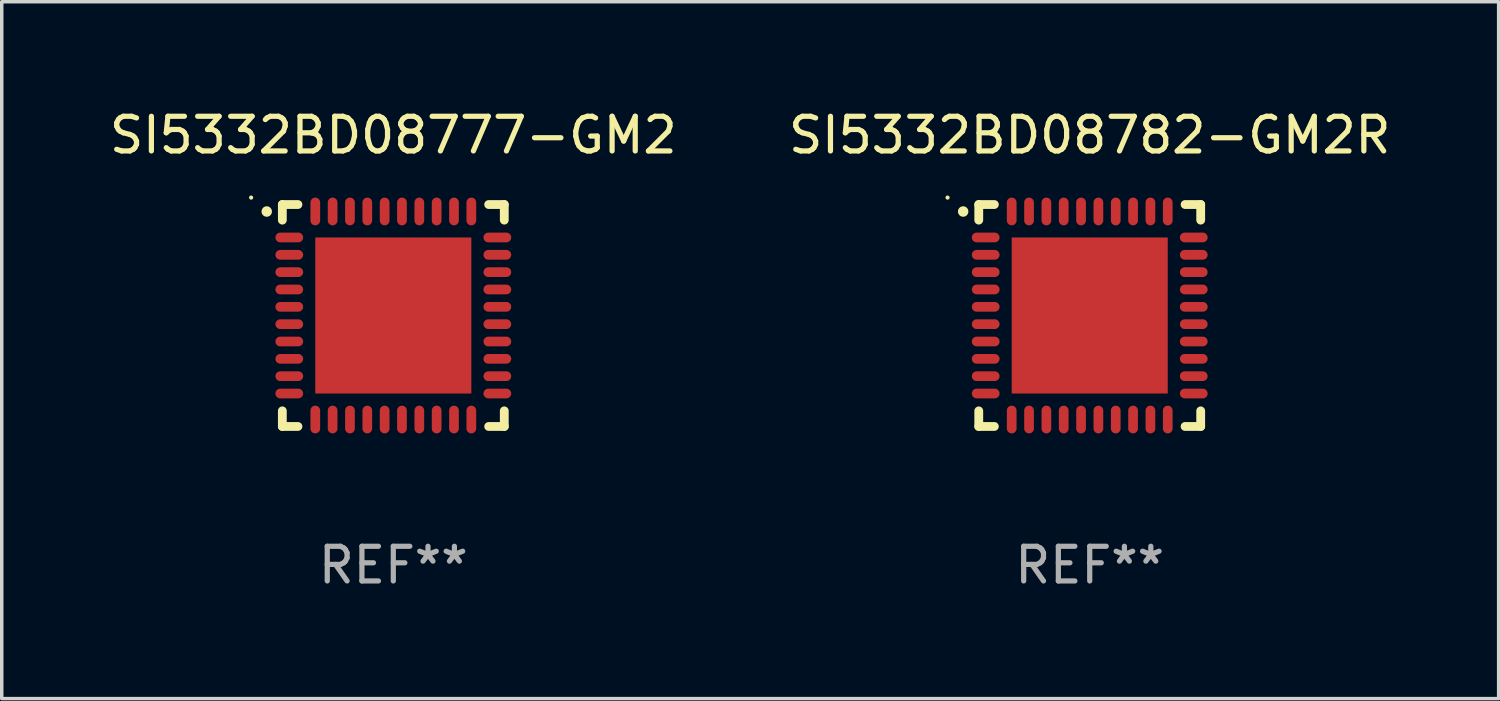
<source format=kicad_pcb>
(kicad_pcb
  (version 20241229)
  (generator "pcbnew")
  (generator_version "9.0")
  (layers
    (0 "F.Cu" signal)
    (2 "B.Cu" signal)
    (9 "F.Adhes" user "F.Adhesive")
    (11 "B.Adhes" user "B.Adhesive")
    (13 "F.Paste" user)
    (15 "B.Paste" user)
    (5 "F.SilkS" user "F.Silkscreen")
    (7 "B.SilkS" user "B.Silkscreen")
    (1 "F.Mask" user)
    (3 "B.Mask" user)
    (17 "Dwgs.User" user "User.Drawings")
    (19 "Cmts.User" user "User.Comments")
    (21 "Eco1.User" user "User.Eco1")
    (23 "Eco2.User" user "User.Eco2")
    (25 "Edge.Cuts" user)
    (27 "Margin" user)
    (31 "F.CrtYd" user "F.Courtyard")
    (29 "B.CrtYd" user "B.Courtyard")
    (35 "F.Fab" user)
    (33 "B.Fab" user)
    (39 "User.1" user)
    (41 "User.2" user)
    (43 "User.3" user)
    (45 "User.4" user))
  (footprint "SI5332BD08782-GM2R"
    (layer "F.Cu")
    (at 28.375 6.048)
    (property "Reference" "SI5332BD08782-GM2R" (at 0 -5.2 0) (layer "F.SilkS") (effects (font (size 1 1) (thickness 0.15))))
    (attr through_hole)
    (fp_line (start -3.2 -3.2) (end -2.75 -3.2) (stroke (width 0.254) (type solid)) (layer "F.SilkS"))
    (fp_line (start -3.2 -2.75) (end -3.2 -3.2) (stroke (width 0.254) (type solid)) (layer "F.SilkS"))
    (fp_line (start -3.2 3.2) (end -3.2 2.75) (stroke (width 0.254) (type solid)) (layer "F.SilkS"))
    (fp_line (start -2.75 3.2) (end -3.2 3.2) (stroke (width 0.254) (type solid)) (layer "F.SilkS"))
    (fp_line (start 2.75 3.2) (end 3.2 3.2) (stroke (width 0.254) (type solid)) (layer "F.SilkS"))
    (fp_line (start 3.2 -3.2) (end 2.75 -3.2) (stroke (width 0.254) (type solid)) (layer "F.SilkS"))
    (fp_line (start 3.2 -2.75) (end 3.2 -3.2) (stroke (width 0.254) (type solid)) (layer "F.SilkS"))
    (fp_line (start 3.2 3.2) (end 3.2 2.75) (stroke (width 0.254) (type solid)) (layer "F.SilkS"))
    (fp_arc (start -3.649987 -2.997206) (mid -3.649992 -2.998476) (end -3.649987 -2.999746) (stroke (width 0.3) (type solid)) (layer "F.SilkS"))
    (fp_circle (center -4.1 -3.4) (end -4.07 -3.4) (stroke (width 0.06) (type solid)) (fill no) (layer "F.SilkS"))
    (fp_text user "REF**" (at 0 7.2 0) (layer "F.Fab") (effects (font (size 1 1) (thickness 0.15))))
    (pad "1" smd oval (at -3 -2.25 90) (size 0.28 0.8) (layers "F.Cu" "F.Mask" "F.Paste"))
    (pad "2" smd oval (at -3 -1.75 90) (size 0.28 0.8) (layers "F.Cu" "F.Mask" "F.Paste"))
    (pad "3" smd oval (at -3 -1.25 90) (size 0.28 0.8) (layers "F.Cu" "F.Mask" "F.Paste"))
    (pad "4" smd oval (at -3 -0.75 90) (size 0.28 0.8) (layers "F.Cu" "F.Mask" "F.Paste"))
    (pad "5" smd oval (at -3 -0.25 90) (size 0.28 0.8) (layers "F.Cu" "F.Mask" "F.Paste"))
    (pad "6" smd oval (at -3 0.25 90) (size 0.28 0.8) (layers "F.Cu" "F.Mask" "F.Paste"))
    (pad "7" smd oval (at -3 0.75 90) (size 0.28 0.8) (layers "F.Cu" "F.Mask" "F.Paste"))
    (pad "8" smd oval (at -3 1.25 90) (size 0.28 0.8) (layers "F.Cu" "F.Mask" "F.Paste"))
    (pad "9" smd oval (at -3 1.75 90) (size 0.28 0.8) (layers "F.Cu" "F.Mask" "F.Paste"))
    (pad "10" smd oval (at -3 2.25 90) (size 0.28 0.8) (layers "F.Cu" "F.Mask" "F.Paste"))
    (pad "11" smd oval (at -2.25 3) (size 0.28 0.8) (layers "F.Cu" "F.Mask" "F.Paste"))
    (pad "12" smd oval (at -1.75 3) (size 0.28 0.8) (layers "F.Cu" "F.Mask" "F.Paste"))
    (pad "13" smd oval (at -1.25 3) (size 0.28 0.8) (layers "F.Cu" "F.Mask" "F.Paste"))
    (pad "14" smd oval (at -0.75 3) (size 0.28 0.8) (layers "F.Cu" "F.Mask" "F.Paste"))
    (pad "15" smd oval (at -0.25 3) (size 0.28 0.8) (layers "F.Cu" "F.Mask" "F.Paste"))
    (pad "16" smd oval (at 0.25 3) (size 0.28 0.8) (layers "F.Cu" "F.Mask" "F.Paste"))
    (pad "17" smd oval (at 0.75 3) (size 0.28 0.8) (layers "F.Cu" "F.Mask" "F.Paste"))
    (pad "18" smd oval (at 1.25 3) (size 0.28 0.8) (layers "F.Cu" "F.Mask" "F.Paste"))
    (pad "19" smd oval (at 1.75 3) (size 0.28 0.8) (layers "F.Cu" "F.Mask" "F.Paste"))
    (pad "20" smd oval (at 2.25 3) (size 0.28 0.8) (layers "F.Cu" "F.Mask" "F.Paste"))
    (pad "21" smd oval (at 3 2.25 90) (size 0.28 0.8) (layers "F.Cu" "F.Mask" "F.Paste"))
    (pad "22" smd oval (at 3 1.75 90) (size 0.28 0.8) (layers "F.Cu" "F.Mask" "F.Paste"))
    (pad "23" smd oval (at 3 1.25 90) (size 0.28 0.8) (layers "F.Cu" "F.Mask" "F.Paste"))
    (pad "24" smd oval (at 3 0.75 90) (size 0.28 0.8) (layers "F.Cu" "F.Mask" "F.Paste"))
    (pad "25" smd oval (at 3 0.25 90) (size 0.28 0.8) (layers "F.Cu" "F.Mask" "F.Paste"))
    (pad "26" smd oval (at 3 -0.25 90) (size 0.28 0.8) (layers "F.Cu" "F.Mask" "F.Paste"))
    (pad "27" smd oval (at 3 -0.75 90) (size 0.28 0.8) (layers "F.Cu" "F.Mask" "F.Paste"))
    (pad "28" smd oval (at 3 -1.25 90) (size 0.28 0.8) (layers "F.Cu" "F.Mask" "F.Paste"))
    (pad "29" smd oval (at 3 -1.75 90) (size 0.28 0.8) (layers "F.Cu" "F.Mask" "F.Paste"))
    (pad "30" smd oval (at 3 -2.25 90) (size 0.28 0.8) (layers "F.Cu" "F.Mask" "F.Paste"))
    (pad "31" smd oval (at 2.25 -3) (size 0.28 0.8) (layers "F.Cu" "F.Mask" "F.Paste"))
    (pad "32" smd oval (at 1.75 -3) (size 0.28 0.8) (layers "F.Cu" "F.Mask" "F.Paste"))
    (pad "33" smd oval (at 1.25 -3) (size 0.28 0.8) (layers "F.Cu" "F.Mask" "F.Paste"))
    (pad "34" smd oval (at 0.75 -3) (size 0.28 0.8) (layers "F.Cu" "F.Mask" "F.Paste"))
    (pad "35" smd oval (at 0.25 -3) (size 0.28 0.8) (layers "F.Cu" "F.Mask" "F.Paste"))
    (pad "36" smd oval (at -0.25 -3) (size 0.28 0.8) (layers "F.Cu" "F.Mask" "F.Paste"))
    (pad "37" smd oval (at -0.75 -3) (size 0.28 0.8) (layers "F.Cu" "F.Mask" "F.Paste"))
    (pad "38" smd oval (at -1.25 -3) (size 0.28 0.8) (layers "F.Cu" "F.Mask" "F.Paste"))
    (pad "39" smd oval (at -1.75 -3) (size 0.28 0.8) (layers "F.Cu" "F.Mask" "F.Paste"))
    (pad "40" smd oval (at -2.25 -3) (size 0.28 0.8) (layers "F.Cu" "F.Mask" "F.Paste"))
    (pad "41" smd rect (at 0 0) (size 4.5 4.5) (layers "F.Cu" "F.Mask" "F.Paste")))
  (footprint "SI5332BD08777-GM2"
    (layer "F.Cu")
    (at 8.292 6.048)
    (property "Reference" "SI5332BD08777-GM2" (at 0 -5.2 0) (layer "F.SilkS") (effects (font (size 1 1) (thickness 0.15))))
    (attr through_hole)
    (fp_line (start -3.2 -3.2) (end -2.75 -3.2) (stroke (width 0.254) (type solid)) (layer "F.SilkS"))
    (fp_line (start -3.2 -2.75) (end -3.2 -3.2) (stroke (width 0.254) (type solid)) (layer "F.SilkS"))
    (fp_line (start -3.2 3.2) (end -3.2 2.75) (stroke (width 0.254) (type solid)) (layer "F.SilkS"))
    (fp_line (start -2.75 3.2) (end -3.2 3.2) (stroke (width 0.254) (type solid)) (layer "F.SilkS"))
    (fp_line (start 2.75 3.2) (end 3.2 3.2) (stroke (width 0.254) (type solid)) (layer "F.SilkS"))
    (fp_line (start 3.2 -3.2) (end 2.75 -3.2) (stroke (width 0.254) (type solid)) (layer "F.SilkS"))
    (fp_line (start 3.2 -2.75) (end 3.2 -3.2) (stroke (width 0.254) (type solid)) (layer "F.SilkS"))
    (fp_line (start 3.2 3.2) (end 3.2 2.75) (stroke (width 0.254) (type solid)) (layer "F.SilkS"))
    (fp_arc (start -3.649987 -2.997206) (mid -3.649992 -2.998476) (end -3.649987 -2.999746) (stroke (width 0.3) (type solid)) (layer "F.SilkS"))
    (fp_circle (center -4.1 -3.4) (end -4.07 -3.4) (stroke (width 0.06) (type solid)) (fill no) (layer "F.SilkS"))
    (fp_text user "REF**" (at 0 7.2 0) (layer "F.Fab") (effects (font (size 1 1) (thickness 0.15))))
    (pad "1" smd oval (at -3 -2.25 90) (size 0.28 0.8) (layers "F.Cu" "F.Mask" "F.Paste"))
    (pad "2" smd oval (at -3 -1.75 90) (size 0.28 0.8) (layers "F.Cu" "F.Mask" "F.Paste"))
    (pad "3" smd oval (at -3 -1.25 90) (size 0.28 0.8) (layers "F.Cu" "F.Mask" "F.Paste"))
    (pad "4" smd oval (at -3 -0.75 90) (size 0.28 0.8) (layers "F.Cu" "F.Mask" "F.Paste"))
    (pad "5" smd oval (at -3 -0.25 90) (size 0.28 0.8) (layers "F.Cu" "F.Mask" "F.Paste"))
    (pad "6" smd oval (at -3 0.25 90) (size 0.28 0.8) (layers "F.Cu" "F.Mask" "F.Paste"))
    (pad "7" smd oval (at -3 0.75 90) (size 0.28 0.8) (layers "F.Cu" "F.Mask" "F.Paste"))
    (pad "8" smd oval (at -3 1.25 90) (size 0.28 0.8) (layers "F.Cu" "F.Mask" "F.Paste"))
    (pad "9" smd oval (at -3 1.75 90) (size 0.28 0.8) (layers "F.Cu" "F.Mask" "F.Paste"))
    (pad "10" smd oval (at -3 2.25 90) (size 0.28 0.8) (layers "F.Cu" "F.Mask" "F.Paste"))
    (pad "11" smd oval (at -2.25 3) (size 0.28 0.8) (layers "F.Cu" "F.Mask" "F.Paste"))
    (pad "12" smd oval (at -1.75 3) (size 0.28 0.8) (layers "F.Cu" "F.Mask" "F.Paste"))
    (pad "13" smd oval (at -1.25 3) (size 0.28 0.8) (layers "F.Cu" "F.Mask" "F.Paste"))
    (pad "14" smd oval (at -0.75 3) (size 0.28 0.8) (layers "F.Cu" "F.Mask" "F.Paste"))
    (pad "15" smd oval (at -0.25 3) (size 0.28 0.8) (layers "F.Cu" "F.Mask" "F.Paste"))
    (pad "16" smd oval (at 0.25 3) (size 0.28 0.8) (layers "F.Cu" "F.Mask" "F.Paste"))
    (pad "17" smd oval (at 0.75 3) (size 0.28 0.8) (layers "F.Cu" "F.Mask" "F.Paste"))
    (pad "18" smd oval (at 1.25 3) (size 0.28 0.8) (layers "F.Cu" "F.Mask" "F.Paste"))
    (pad "19" smd oval (at 1.75 3) (size 0.28 0.8) (layers "F.Cu" "F.Mask" "F.Paste"))
    (pad "20" smd oval (at 2.25 3) (size 0.28 0.8) (layers "F.Cu" "F.Mask" "F.Paste"))
    (pad "21" smd oval (at 3 2.25 90) (size 0.28 0.8) (layers "F.Cu" "F.Mask" "F.Paste"))
    (pad "22" smd oval (at 3 1.75 90) (size 0.28 0.8) (layers "F.Cu" "F.Mask" "F.Paste"))
    (pad "23" smd oval (at 3 1.25 90) (size 0.28 0.8) (layers "F.Cu" "F.Mask" "F.Paste"))
    (pad "24" smd oval (at 3 0.75 90) (size 0.28 0.8) (layers "F.Cu" "F.Mask" "F.Paste"))
    (pad "25" smd oval (at 3 0.25 90) (size 0.28 0.8) (layers "F.Cu" "F.Mask" "F.Paste"))
    (pad "26" smd oval (at 3 -0.25 90) (size 0.28 0.8) (layers "F.Cu" "F.Mask" "F.Paste"))
    (pad "27" smd oval (at 3 -0.75 90) (size 0.28 0.8) (layers "F.Cu" "F.Mask" "F.Paste"))
    (pad "28" smd oval (at 3 -1.25 90) (size 0.28 0.8) (layers "F.Cu" "F.Mask" "F.Paste"))
    (pad "29" smd oval (at 3 -1.75 90) (size 0.28 0.8) (layers "F.Cu" "F.Mask" "F.Paste"))
    (pad "30" smd oval (at 3 -2.25 90) (size 0.28 0.8) (layers "F.Cu" "F.Mask" "F.Paste"))
    (pad "31" smd oval (at 2.25 -3) (size 0.28 0.8) (layers "F.Cu" "F.Mask" "F.Paste"))
    (pad "32" smd oval (at 1.75 -3) (size 0.28 0.8) (layers "F.Cu" "F.Mask" "F.Paste"))
    (pad "33" smd oval (at 1.25 -3) (size 0.28 0.8) (layers "F.Cu" "F.Mask" "F.Paste"))
    (pad "34" smd oval (at 0.75 -3) (size 0.28 0.8) (layers "F.Cu" "F.Mask" "F.Paste"))
    (pad "35" smd oval (at 0.25 -3) (size 0.28 0.8) (layers "F.Cu" "F.Mask" "F.Paste"))
    (pad "36" smd oval (at -0.25 -3) (size 0.28 0.8) (layers "F.Cu" "F.Mask" "F.Paste"))
    (pad "37" smd oval (at -0.75 -3) (size 0.28 0.8) (layers "F.Cu" "F.Mask" "F.Paste"))
    (pad "38" smd oval (at -1.25 -3) (size 0.28 0.8) (layers "F.Cu" "F.Mask" "F.Paste"))
    (pad "39" smd oval (at -1.75 -3) (size 0.28 0.8) (layers "F.Cu" "F.Mask" "F.Paste"))
    (pad "40" smd oval (at -2.25 -3) (size 0.28 0.8) (layers "F.Cu" "F.Mask" "F.Paste"))
    (pad "41" smd rect (at 0 0) (size 4.5 4.5) (layers "F.Cu" "F.Mask" "F.Paste")))
  (gr_rect
    (start -3 -3)
    (end 40.167 17.096)
    (stroke (width 0.1) (type default))
    (fill no)
    (layer "Edge.Cuts")))
</source>
